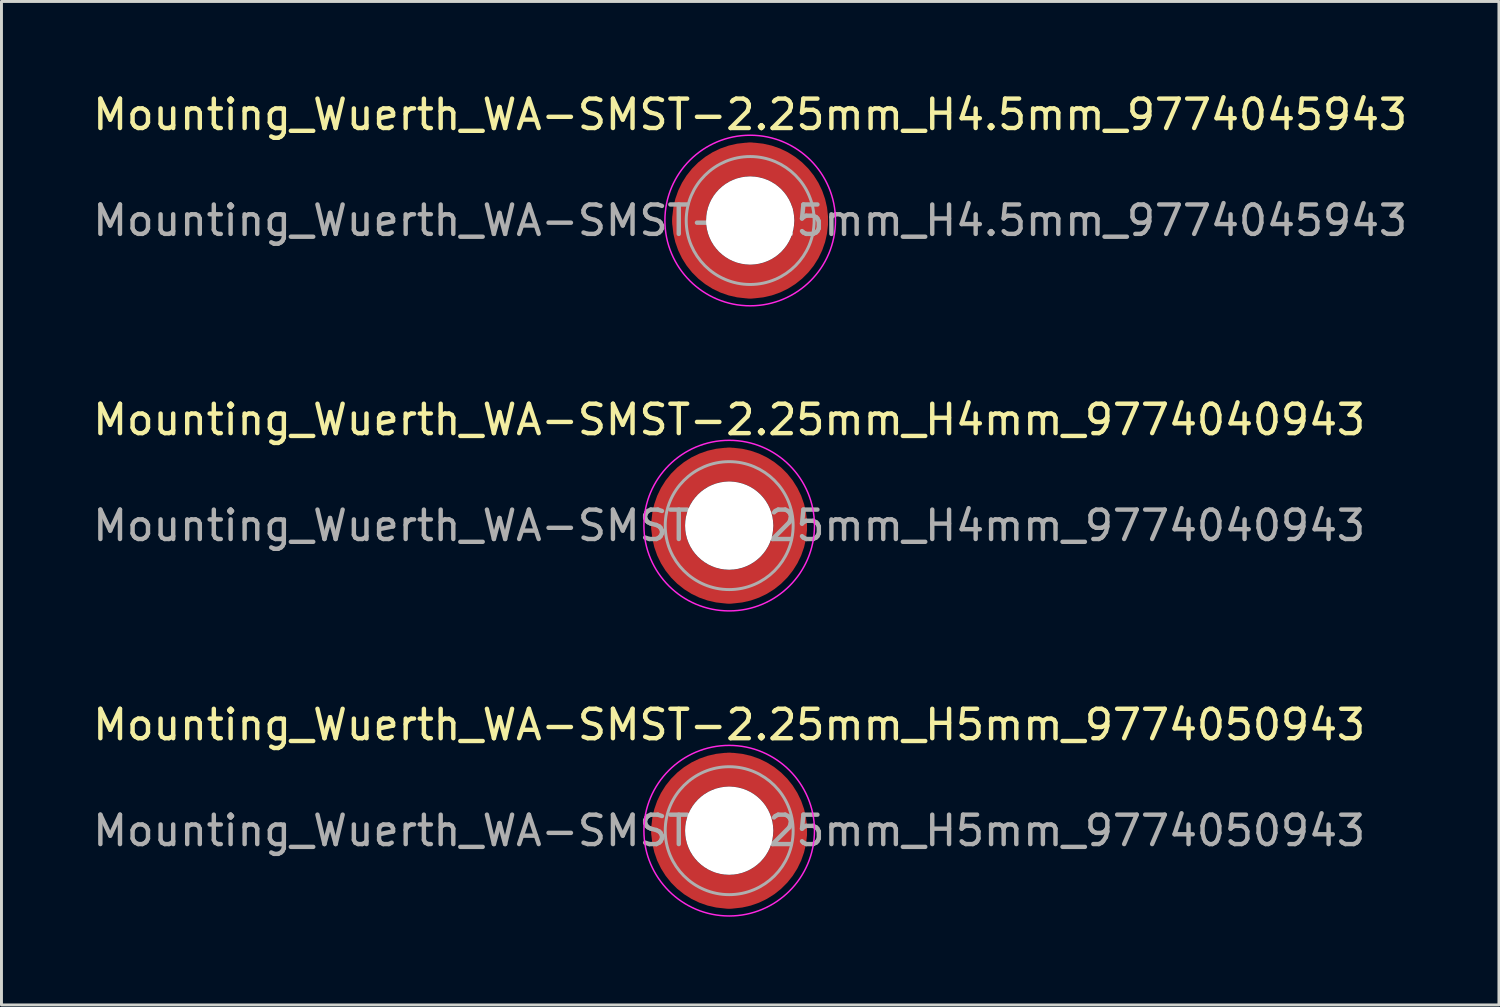
<source format=kicad_pcb>
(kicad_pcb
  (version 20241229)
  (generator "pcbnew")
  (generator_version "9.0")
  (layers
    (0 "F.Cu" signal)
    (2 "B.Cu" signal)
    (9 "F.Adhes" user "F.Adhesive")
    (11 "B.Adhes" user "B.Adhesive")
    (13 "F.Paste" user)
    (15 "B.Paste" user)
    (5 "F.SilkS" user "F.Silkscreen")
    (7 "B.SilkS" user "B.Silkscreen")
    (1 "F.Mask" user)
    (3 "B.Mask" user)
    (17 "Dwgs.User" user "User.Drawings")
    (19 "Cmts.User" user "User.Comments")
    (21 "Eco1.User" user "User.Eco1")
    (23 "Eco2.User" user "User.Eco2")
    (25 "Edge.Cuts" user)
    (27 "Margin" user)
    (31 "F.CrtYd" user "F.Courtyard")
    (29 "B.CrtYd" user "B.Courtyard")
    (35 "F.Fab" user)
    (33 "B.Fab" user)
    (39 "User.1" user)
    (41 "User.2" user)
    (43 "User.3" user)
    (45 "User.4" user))
  (footprint "Mounting_Wuerth_WA-SMST-2.25mm_H4mm_9774040943"
    (layer "F.Cu")
    (at 21.744 14.822)
    (property "Reference" "Mounting_Wuerth_WA-SMST-2.25mm_H4mm_9774040943" (at 0 -3.6 0) (layer "F.SilkS") (effects (font (size 1 1) (thickness 0.15))))
    (attr smd)
    (fp_circle (center 0 0) (end 2.9 0) (stroke (width 0.05) (type solid)) (fill no) (layer "F.CrtYd"))
    (fp_circle (center 0 0) (end 2.175 0) (stroke (width 0.1) (type solid)) (fill no) (layer "F.Fab"))
    (fp_text user "${REFERENCE}" (at 0 0 0) (layer "F.Fab") (effects (font (size 1 1) (thickness 0.15))))
    (pad "" smd custom (at -1.453 -1.453) (size 1.01 1.01) (layers "F.Paste") (options (anchor circle)) (primitives (gr_arc (start -0.262632 0.900604) (mid 0.178544 0.178544) (end 0.900604 -0.262632) (width 0.505)) (gr_arc (start -0.526231 0.900604) (mid 0 0) (end 0.900604 -0.526231) (width 0.505)) (gr_arc (start -0.787275 0.900604) (mid -0.178545 -0.178545) (end 0.900604 -0.787275) (width 0.505)) (gr_line (start 0.901 -0.263) (end 0.901 -0.787) (width 0.505)) (gr_line (start -0.263 0.901) (end -0.787 0.901) (width 0.505))))
    (pad "" smd custom (at -1.453 1.453) (size 1.01 1.01) (layers "F.Paste") (options (anchor circle)) (primitives (gr_arc (start 0.900604 0.262632) (mid 0.178544 -0.178544) (end -0.262632 -0.900604) (width 0.505)) (gr_arc (start 0.900604 0.526231) (mid 0 0) (end -0.526231 -0.900604) (width 0.505)) (gr_arc (start 0.900604 0.787275) (mid -0.178545 0.178545) (end -0.787275 -0.900604) (width 0.505)) (gr_line (start -0.263 -0.901) (end -0.787 -0.901) (width 0.505)) (gr_line (start 0.901 0.263) (end 0.901 0.787) (width 0.505))))
    (pad "" np_thru_hole circle (at 0 0) (size 3 3) (drill 3) (layers "*.Cu" "*.Mask"))
    (pad "" smd custom (at 1.453 -1.453) (size 1.01 1.01) (layers "F.Paste") (options (anchor circle)) (primitives (gr_arc (start -0.900604 -0.262632) (mid -0.178544 0.178544) (end 0.262632 0.900604) (width 0.505)) (gr_arc (start -0.900604 -0.526231) (mid 0 0) (end 0.526231 0.900604) (width 0.505)) (gr_arc (start -0.900604 -0.787275) (mid 0.178545 -0.178545) (end 0.787275 0.900604) (width 0.505)) (gr_line (start 0.263 0.901) (end 0.787 0.901) (width 0.505)) (gr_line (start -0.901 -0.263) (end -0.901 -0.787) (width 0.505))))
    (pad "" smd custom (at 1.453 1.453) (size 1.01 1.01) (layers "F.Paste") (options (anchor circle)) (primitives (gr_arc (start 0.262632 -0.900604) (mid -0.178544 -0.178544) (end -0.900604 0.262632) (width 0.505)) (gr_arc (start 0.526231 -0.900604) (mid 0 0) (end -0.900604 0.526231) (width 0.505)) (gr_arc (start 0.787275 -0.900604) (mid 0.178545 0.178545) (end -0.900604 0.787275) (width 0.505)) (gr_line (start -0.901 0.263) (end -0.901 0.787) (width 0.505)) (gr_line (start 0.263 -0.901) (end 0.787 -0.901) (width 0.505))))
    (pad "1" smd circle (at -2.075 0) (size 1.15 1.15) (layers "F.Cu"))
    (pad "1" smd circle (at 0 -2.075) (size 1.15 1.15) (layers "F.Cu"))
    (pad "1" smd circle (at 0 2.075) (size 1.15 1.15) (layers "F.Cu"))
    (pad "1" smd custom (at 2.075 0) (size 1.15 1.15) (layers "F.Cu" "F.Mask") (options (anchor circle)) (primitives (gr_circle (center -2.075 0) (end 0 0) (width 1.15) (fill no)))))
  (footprint "Mounting_Wuerth_WA-SMST-2.25mm_H5mm_9774050943"
    (layer "F.Cu")
    (at 21.744 25.195)
    (property "Reference" "Mounting_Wuerth_WA-SMST-2.25mm_H5mm_9774050943" (at 0 -3.6 0) (layer "F.SilkS") (effects (font (size 1 1) (thickness 0.15))))
    (attr smd)
    (fp_circle (center 0 0) (end 2.9 0) (stroke (width 0.05) (type solid)) (fill no) (layer "F.CrtYd"))
    (fp_circle (center 0 0) (end 2.175 0) (stroke (width 0.1) (type solid)) (fill no) (layer "F.Fab"))
    (fp_text user "${REFERENCE}" (at 0 0 0) (layer "F.Fab") (effects (font (size 1 1) (thickness 0.15))))
    (pad "" smd custom (at -1.453 -1.453) (size 1.01 1.01) (layers "F.Paste") (options (anchor circle)) (primitives (gr_arc (start -0.262632 0.900604) (mid 0.178544 0.178544) (end 0.900604 -0.262632) (width 0.505)) (gr_arc (start -0.526231 0.900604) (mid 0 0) (end 0.900604 -0.526231) (width 0.505)) (gr_arc (start -0.787275 0.900604) (mid -0.178545 -0.178545) (end 0.900604 -0.787275) (width 0.505)) (gr_line (start 0.901 -0.263) (end 0.901 -0.787) (width 0.505)) (gr_line (start -0.263 0.901) (end -0.787 0.901) (width 0.505))))
    (pad "" smd custom (at -1.453 1.453) (size 1.01 1.01) (layers "F.Paste") (options (anchor circle)) (primitives (gr_arc (start 0.900604 0.262632) (mid 0.178544 -0.178544) (end -0.262632 -0.900604) (width 0.505)) (gr_arc (start 0.900604 0.526231) (mid 0 0) (end -0.526231 -0.900604) (width 0.505)) (gr_arc (start 0.900604 0.787275) (mid -0.178545 0.178545) (end -0.787275 -0.900604) (width 0.505)) (gr_line (start -0.263 -0.901) (end -0.787 -0.901) (width 0.505)) (gr_line (start 0.901 0.263) (end 0.901 0.787) (width 0.505))))
    (pad "" np_thru_hole circle (at 0 0) (size 3 3) (drill 3) (layers "*.Cu" "*.Mask"))
    (pad "" smd custom (at 1.453 -1.453) (size 1.01 1.01) (layers "F.Paste") (options (anchor circle)) (primitives (gr_arc (start -0.900604 -0.262632) (mid -0.178544 0.178544) (end 0.262632 0.900604) (width 0.505)) (gr_arc (start -0.900604 -0.526231) (mid 0 0) (end 0.526231 0.900604) (width 0.505)) (gr_arc (start -0.900604 -0.787275) (mid 0.178545 -0.178545) (end 0.787275 0.900604) (width 0.505)) (gr_line (start 0.263 0.901) (end 0.787 0.901) (width 0.505)) (gr_line (start -0.901 -0.263) (end -0.901 -0.787) (width 0.505))))
    (pad "" smd custom (at 1.453 1.453) (size 1.01 1.01) (layers "F.Paste") (options (anchor circle)) (primitives (gr_arc (start 0.262632 -0.900604) (mid -0.178544 -0.178544) (end -0.900604 0.262632) (width 0.505)) (gr_arc (start 0.526231 -0.900604) (mid 0 0) (end -0.900604 0.526231) (width 0.505)) (gr_arc (start 0.787275 -0.900604) (mid 0.178545 0.178545) (end -0.900604 0.787275) (width 0.505)) (gr_line (start -0.901 0.263) (end -0.901 0.787) (width 0.505)) (gr_line (start 0.263 -0.901) (end 0.787 -0.901) (width 0.505))))
    (pad "1" smd circle (at -2.075 0) (size 1.15 1.15) (layers "F.Cu"))
    (pad "1" smd circle (at 0 -2.075) (size 1.15 1.15) (layers "F.Cu"))
    (pad "1" smd circle (at 0 2.075) (size 1.15 1.15) (layers "F.Cu"))
    (pad "1" smd custom (at 2.075 0) (size 1.15 1.15) (layers "F.Cu" "F.Mask") (options (anchor circle)) (primitives (gr_circle (center -2.075 0) (end 0 0) (width 1.15) (fill no)))))
  (footprint "Mounting_Wuerth_WA-SMST-2.25mm_H4.5mm_9774045943"
    (layer "F.Cu")
    (at 22.458 4.448)
    (property "Reference" "Mounting_Wuerth_WA-SMST-2.25mm_H4.5mm_9774045943" (at 0 -3.6 0) (layer "F.SilkS") (effects (font (size 1 1) (thickness 0.15))))
    (attr smd)
    (fp_circle (center 0 0) (end 2.9 0) (stroke (width 0.05) (type solid)) (fill no) (layer "F.CrtYd"))
    (fp_circle (center 0 0) (end 2.175 0) (stroke (width 0.1) (type solid)) (fill no) (layer "F.Fab"))
    (fp_text user "${REFERENCE}" (at 0 0 0) (layer "F.Fab") (effects (font (size 1 1) (thickness 0.15))))
    (pad "" smd custom (at -1.453 -1.453) (size 1.01 1.01) (layers "F.Paste") (options (anchor circle)) (primitives (gr_arc (start -0.147677 1.053104) (mid 0.286378 0.286378) (end 1.053104 -0.147677) (width 0.2)) (gr_arc (start -0.240295 1.053104) (mid 0.222738 0.222738) (end 1.053104 -0.240295) (width 0.2)) (gr_arc (start -0.332645 1.053104) (mid 0.159099 0.159099) (end 1.053104 -0.332645) (width 0.2)) (gr_arc (start -0.424767 1.053104) (mid 0.095459 0.095459) (end 1.053104 -0.424767) (width 0.2)) (gr_arc (start -0.516693 1.053104) (mid 0.031819 0.031819) (end 1.053104 -0.516693) (width 0.2)) (gr_arc (start -0.608448 1.053104) (mid -0.03182 -0.03182) (end 1.053104 -0.608448) (width 0.2)) (gr_arc (start -0.700056 1.053104) (mid -0.09546 -0.09546) (end 1.053104 -0.700056) (width 0.2)) (gr_arc (start -0.791534 1.053104) (mid -0.159099 -0.159099) (end 1.053104 -0.791534) (width 0.2)) (gr_arc (start -0.882896 1.053104) (mid -0.222738 -0.222738) (end 1.053104 -0.882896) (width 0.2)) (gr_arc (start -0.974157 1.053104) (mid -0.286378 -0.286378) (end 1.053104 -0.974157) (width 0.2)) (gr_line (start 1.053 -0.148) (end 1.053 -0.974) (width 0.2)) (gr_line (start -0.148 1.053) (end -0.974 1.053) (width 0.2))))
    (pad "" smd custom (at -1.453 1.453) (size 1.01 1.01) (layers "F.Paste") (options (anchor circle)) (primitives (gr_arc (start 1.053104 0.147677) (mid 0.286378 -0.286378) (end -0.147677 -1.053104) (width 0.2)) (gr_arc (start 1.053104 0.240295) (mid 0.222738 -0.222738) (end -0.240295 -1.053104) (width 0.2)) (gr_arc (start 1.053104 0.332645) (mid 0.159099 -0.159099) (end -0.332645 -1.053104) (width 0.2)) (gr_arc (start 1.053104 0.424767) (mid 0.095459 -0.095459) (end -0.424767 -1.053104) (width 0.2)) (gr_arc (start 1.053104 0.516693) (mid 0.031819 -0.031819) (end -0.516693 -1.053104) (width 0.2)) (gr_arc (start 1.053104 0.608448) (mid -0.03182 0.03182) (end -0.608448 -1.053104) (width 0.2)) (gr_arc (start 1.053104 0.700056) (mid -0.09546 0.09546) (end -0.700056 -1.053104) (width 0.2)) (gr_arc (start 1.053104 0.791534) (mid -0.159099 0.159099) (end -0.791534 -1.053104) (width 0.2)) (gr_arc (start 1.053104 0.882896) (mid -0.222738 0.222738) (end -0.882896 -1.053104) (width 0.2)) (gr_arc (start 1.053104 0.974157) (mid -0.286378 0.286378) (end -0.974157 -1.053104) (width 0.2)) (gr_line (start -0.148 -1.053) (end -0.974 -1.053) (width 0.2)) (gr_line (start 1.053 0.148) (end 1.053 0.974) (width 0.2))))
    (pad "" np_thru_hole circle (at 0 0) (size 3 3) (drill 3) (layers "*.Cu" "*.Mask"))
    (pad "" smd custom (at 1.453 -1.453) (size 1.01 1.01) (layers "F.Paste") (options (anchor circle)) (primitives (gr_arc (start -1.053104 -0.147677) (mid -0.286378 0.286378) (end 0.147677 1.053104) (width 0.2)) (gr_arc (start -1.053104 -0.240295) (mid -0.222738 0.222738) (end 0.240295 1.053104) (width 0.2)) (gr_arc (start -1.053104 -0.332645) (mid -0.159099 0.159099) (end 0.332645 1.053104) (width 0.2)) (gr_arc (start -1.053104 -0.424767) (mid -0.095459 0.095459) (end 0.424767 1.053104) (width 0.2)) (gr_arc (start -1.053104 -0.516693) (mid -0.031819 0.031819) (end 0.516693 1.053104) (width 0.2)) (gr_arc (start -1.053104 -0.608448) (mid 0.03182 -0.03182) (end 0.608448 1.053104) (width 0.2)) (gr_arc (start -1.053104 -0.700056) (mid 0.09546 -0.09546) (end 0.700056 1.053104) (width 0.2)) (gr_arc (start -1.053104 -0.791534) (mid 0.159099 -0.159099) (end 0.791534 1.053104) (width 0.2)) (gr_arc (start -1.053104 -0.882896) (mid 0.222738 -0.222738) (end 0.882896 1.053104) (width 0.2)) (gr_arc (start -1.053104 -0.974157) (mid 0.286378 -0.286378) (end 0.974157 1.053104) (width 0.2)) (gr_line (start 0.148 1.053) (end 0.974 1.053) (width 0.2)) (gr_line (start -1.053 -0.148) (end -1.053 -0.974) (width 0.2))))
    (pad "" smd custom (at 1.453 1.453) (size 1.01 1.01) (layers "F.Paste") (options (anchor circle)) (primitives (gr_arc (start 0.147677 -1.053104) (mid -0.286378 -0.286378) (end -1.053104 0.147677) (width 0.2)) (gr_arc (start 0.240295 -1.053104) (mid -0.222738 -0.222738) (end -1.053104 0.240295) (width 0.2)) (gr_arc (start 0.332645 -1.053104) (mid -0.159099 -0.159099) (end -1.053104 0.332645) (width 0.2)) (gr_arc (start 0.424767 -1.053104) (mid -0.095459 -0.095459) (end -1.053104 0.424767) (width 0.2)) (gr_arc (start 0.516693 -1.053104) (mid -0.031819 -0.031819) (end -1.053104 0.516693) (width 0.2)) (gr_arc (start 0.608448 -1.053104) (mid 0.03182 0.03182) (end -1.053104 0.608448) (width 0.2)) (gr_arc (start 0.700056 -1.053104) (mid 0.09546 0.09546) (end -1.053104 0.700056) (width 0.2)) (gr_arc (start 0.791534 -1.053104) (mid 0.159099 0.159099) (end -1.053104 0.791534) (width 0.2)) (gr_arc (start 0.882896 -1.053104) (mid 0.222738 0.222738) (end -1.053104 0.882896) (width 0.2)) (gr_arc (start 0.974157 -1.053104) (mid 0.286378 0.286378) (end -1.053104 0.974157) (width 0.2)) (gr_line (start -1.053 0.148) (end -1.053 0.974) (width 0.2)) (gr_line (start 0.148 -1.053) (end 0.974 -1.053) (width 0.2))))
    (pad "1" smd circle (at -2.075 0) (size 1.15 1.15) (layers "F.Cu"))
    (pad "1" smd circle (at 0 -2.075) (size 1.15 1.15) (layers "F.Cu"))
    (pad "1" smd circle (at 0 2.075) (size 1.15 1.15) (layers "F.Cu"))
    (pad "1" smd custom (at 2.075 0) (size 1.15 1.15) (layers "F.Cu" "F.Mask") (options (anchor circle)) (primitives (gr_circle (center -2.075 0) (end 0 0) (width 1.15) (fill no)))))
  (gr_rect
    (start -3 -3)
    (end 47.917 31.12)
    (stroke (width 0.1) (type default))
    (fill no)
    (layer "Edge.Cuts")))
</source>
